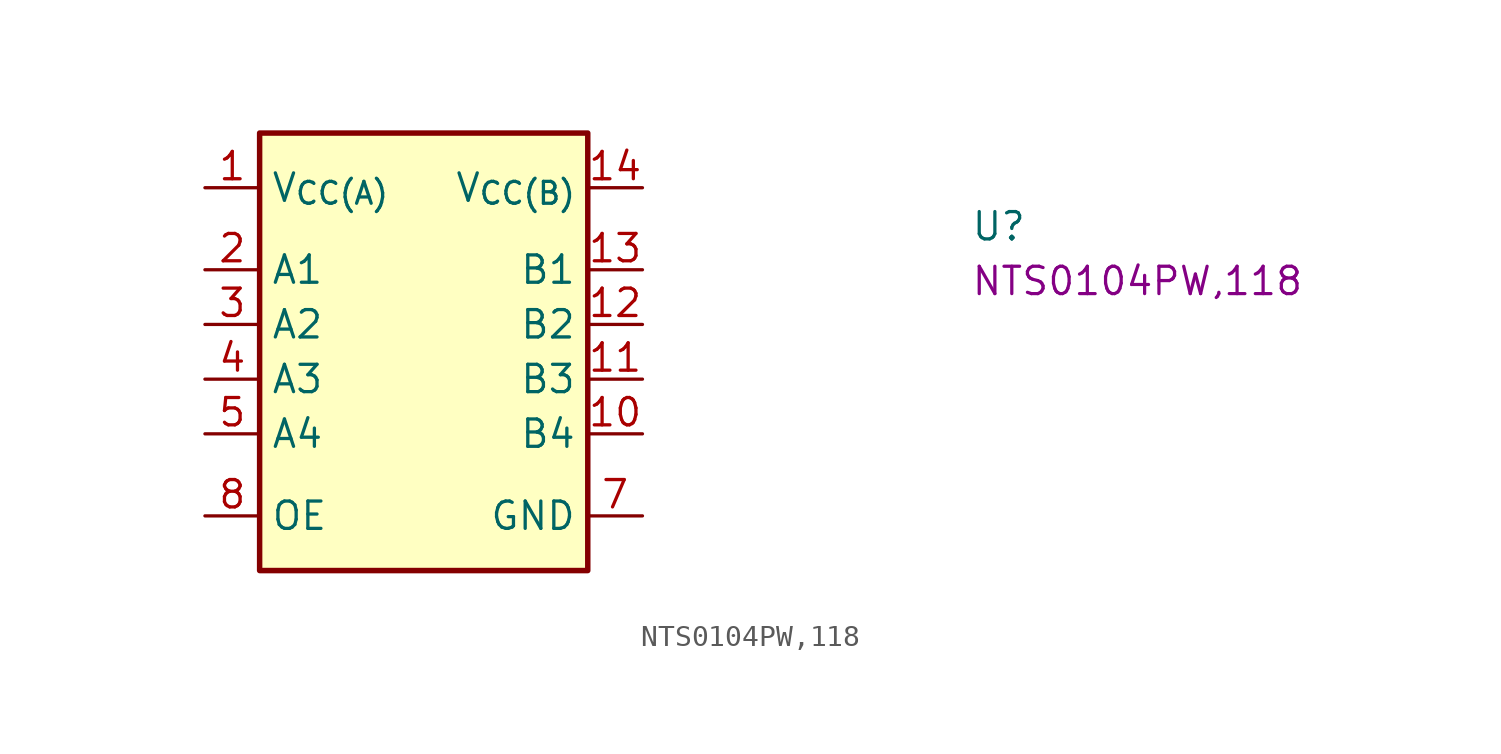
<source format=kicad_sym>
(kicad_symbol_lib
  (version 20220914)
  (generator kicad_symbol_editor)
  (symbol "NTS0104PW,118"
    (property "Reference" "U"
      (at 35.56 -2.54 0)
      (effects (font (size 1.27 1.27) (thickness 0.15)) (justify left bottom)))
    (property "MPN" "NTS0104PW,118"
      (at 35.56 -5.08 0)
      (effects (font (size 1.27 1.27) (thickness 0.15)) (justify left bottom)))
    (symbol "NTS0104PW,118_1_1"
      (rectangle (start 2.54 2.54) (end 17.78 -17.78) (stroke (width 0.254) (type default)) (fill (type background)))
      (pin power_in line (at 0 0 0) (length 2.54) (name "V_{CC(A)}" (effects (font (size 1.27 1.27)))) (number "1" (effects (font (size 1.27 1.27)))))
      (pin bidirectional line (at 20.32 -11.43 180) (length 2.54) (name "B4" (effects (font (size 1.27 1.27)))) (number "10" (effects (font (size 1.27 1.27)))))
      (pin bidirectional line (at 20.32 -8.89 180) (length 2.54) (name "B3" (effects (font (size 1.27 1.27)))) (number "11" (effects (font (size 1.27 1.27)))))
      (pin bidirectional line (at 20.32 -6.35 180) (length 2.54) (name "B2" (effects (font (size 1.27 1.27)))) (number "12" (effects (font (size 1.27 1.27)))))
      (pin bidirectional line (at 20.32 -3.81 180) (length 2.54) (name "B1" (effects (font (size 1.27 1.27)))) (number "13" (effects (font (size 1.27 1.27)))))
      (pin power_in line (at 20.32 0 180) (length 2.54) (name "V_{CC(B)}" (effects (font (size 1.27 1.27)))) (number "14" (effects (font (size 1.27 1.27)))))
      (pin bidirectional line (at 0 -3.81 0) (length 2.54) (name "A1" (effects (font (size 1.27 1.27)))) (number "2" (effects (font (size 1.27 1.27)))))
      (pin bidirectional line (at 0 -6.35 0) (length 2.54) (name "A2" (effects (font (size 1.27 1.27)))) (number "3" (effects (font (size 1.27 1.27)))))
      (pin bidirectional line (at 0 -8.89 0) (length 2.54) (name "A3" (effects (font (size 1.27 1.27)))) (number "4" (effects (font (size 1.27 1.27)))))
      (pin bidirectional line (at 0 -11.43 0) (length 2.54) (name "A4" (effects (font (size 1.27 1.27)))) (number "5" (effects (font (size 1.27 1.27)))))
      (pin no_connect line (at 17.78 -13.97 180) (length 2.54) hide (name "NC" (effects (font (size 1.27 1.27)))) (number "6" (effects (font (size 1.27 1.27)))))
      (pin power_in line (at 20.32 -15.24 180) (length 2.54) (name "GND" (effects (font (size 1.27 1.27)))) (number "7" (effects (font (size 1.27 1.27)))))
      (pin input line (at 0 -15.24 0) (length 2.54) (name "OE" (effects (font (size 1.27 1.27)))) (number "8" (effects (font (size 1.27 1.27)))))
      (pin no_connect line (at 2.54 -13.97 0) (length 2.54) hide (name "NC" (effects (font (size 1.27 1.27)))) (number "9" (effects (font (size 1.27 1.27))))))))
</source>
